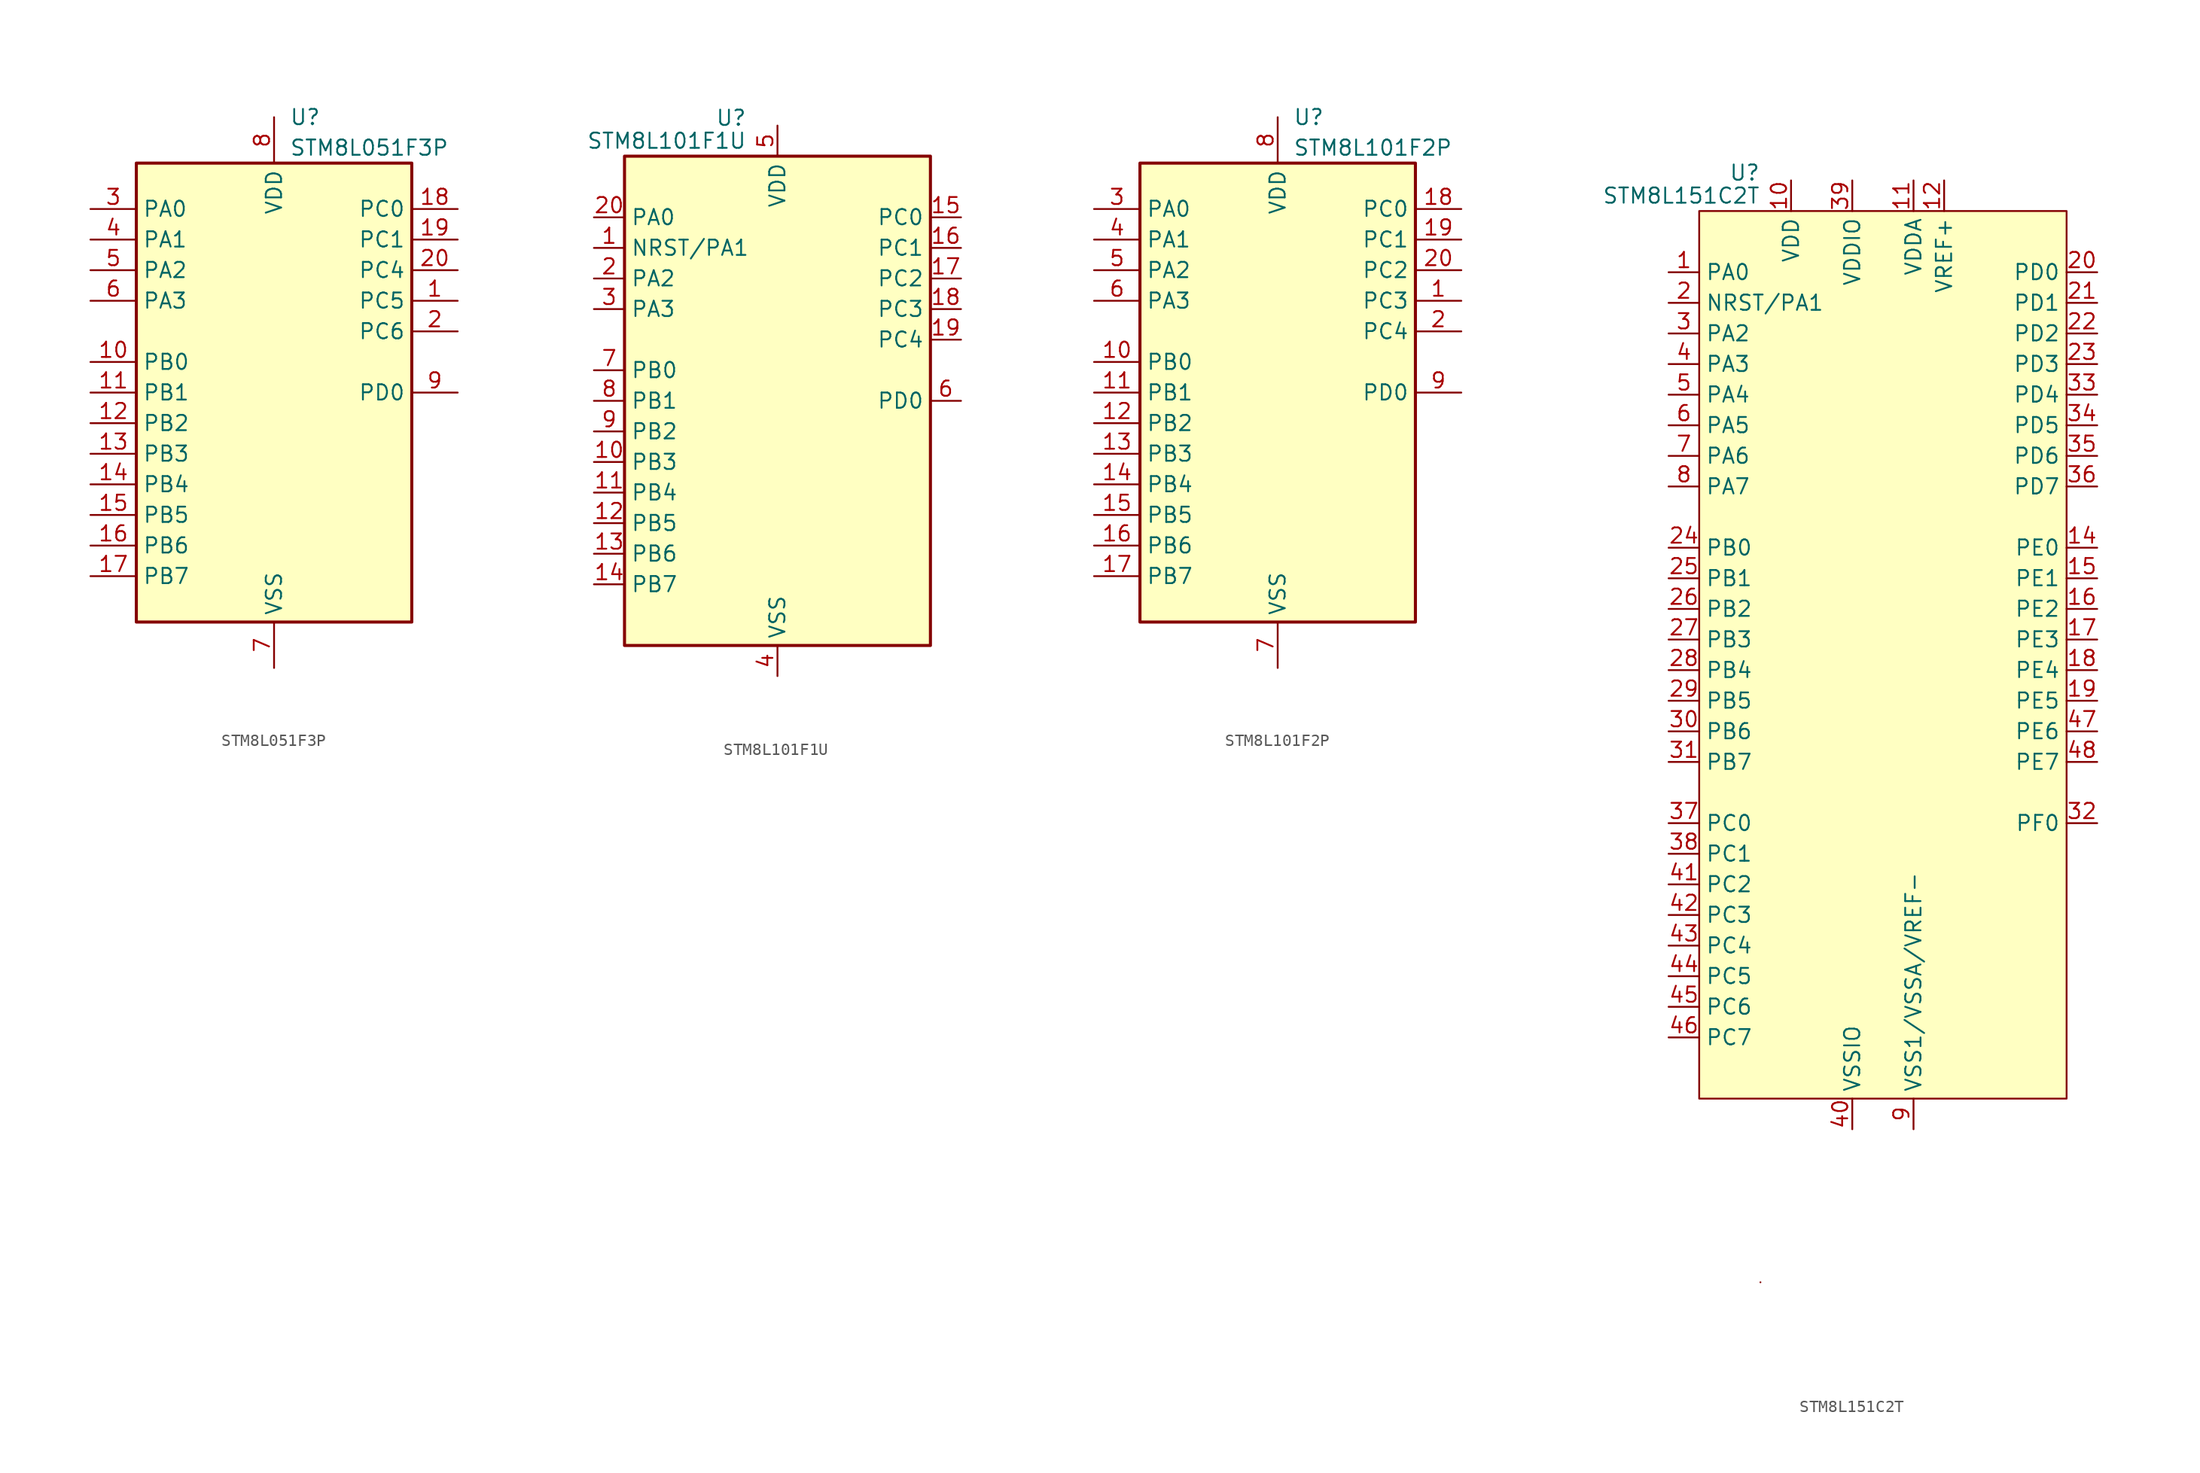
<source format=kicad_sym>
(kicad_symbol_lib
  (version 20201005)
  (generator kicad_symbol_editor)
  (symbol "MCU_ST_STM8:STM8L051F3P"
    (property "Reference" "U"
      (at 1.27 22.86 0)
      (effects (font (size 1.27 1.27)) (justify left)))
    (property "Value" "STM8L051F3P"
      (at 1.27 20.32 0)
      (effects (font (size 1.27 1.27)) (justify left)))
    (symbol "STM8L051F3P_0_1"
      (rectangle (start -11.43 19.05) (end 11.43 -19.05) (stroke (width 0.254)) (fill (type background))))
    (symbol "STM8L051F3P_1_1"
      (pin bidirectional line (at 15.24 7.62 180) (length 3.81) (name "PC5" (effects (font (size 1.27 1.27)))) (number "1" (effects (font (size 1.27 1.27)))))
      (pin bidirectional line (at -15.24 2.54 0) (length 3.81) (name "PB0" (effects (font (size 1.27 1.27)))) (number "10" (effects (font (size 1.27 1.27)))))
      (pin bidirectional line (at -15.24 0 0) (length 3.81) (name "PB1" (effects (font (size 1.27 1.27)))) (number "11" (effects (font (size 1.27 1.27)))))
      (pin bidirectional line (at -15.24 -2.54 0) (length 3.81) (name "PB2" (effects (font (size 1.27 1.27)))) (number "12" (effects (font (size 1.27 1.27)))))
      (pin bidirectional line (at -15.24 -5.08 0) (length 3.81) (name "PB3" (effects (font (size 1.27 1.27)))) (number "13" (effects (font (size 1.27 1.27)))))
      (pin bidirectional line (at -15.24 -7.62 0) (length 3.81) (name "PB4" (effects (font (size 1.27 1.27)))) (number "14" (effects (font (size 1.27 1.27)))))
      (pin bidirectional line (at -15.24 -10.16 0) (length 3.81) (name "PB5" (effects (font (size 1.27 1.27)))) (number "15" (effects (font (size 1.27 1.27)))))
      (pin bidirectional line (at -15.24 -12.7 0) (length 3.81) (name "PB6" (effects (font (size 1.27 1.27)))) (number "16" (effects (font (size 1.27 1.27)))))
      (pin bidirectional line (at -15.24 -15.24 0) (length 3.81) (name "PB7" (effects (font (size 1.27 1.27)))) (number "17" (effects (font (size 1.27 1.27)))))
      (pin bidirectional line (at 15.24 15.24 180) (length 3.81) (name "PC0" (effects (font (size 1.27 1.27)))) (number "18" (effects (font (size 1.27 1.27)))))
      (pin bidirectional line (at 15.24 12.7 180) (length 3.81) (name "PC1" (effects (font (size 1.27 1.27)))) (number "19" (effects (font (size 1.27 1.27)))))
      (pin bidirectional line (at 15.24 5.08 180) (length 3.81) (name "PC6" (effects (font (size 1.27 1.27)))) (number "2" (effects (font (size 1.27 1.27)))))
      (pin bidirectional line (at 15.24 10.16 180) (length 3.81) (name "PC4" (effects (font (size 1.27 1.27)))) (number "20" (effects (font (size 1.27 1.27)))))
      (pin power_in line (at -15.24 15.24 0) (length 3.81) (name "PA0" (effects (font (size 1.27 1.27)))) (number "3" (effects (font (size 1.27 1.27)))))
      (pin bidirectional line (at -15.24 12.7 0) (length 3.81) (name "PA1" (effects (font (size 1.27 1.27)))) (number "4" (effects (font (size 1.27 1.27)))))
      (pin bidirectional line (at -15.24 10.16 0) (length 3.81) (name "PA2" (effects (font (size 1.27 1.27)))) (number "5" (effects (font (size 1.27 1.27)))))
      (pin bidirectional line (at -15.24 7.62 0) (length 3.81) (name "PA3" (effects (font (size 1.27 1.27)))) (number "6" (effects (font (size 1.27 1.27)))))
      (pin power_in line (at 0 -22.86 90) (length 3.81) (name "VSS" (effects (font (size 1.27 1.27)))) (number "7" (effects (font (size 1.27 1.27)))))
      (pin power_in line (at 0 22.86 270) (length 3.81) (name "VDD" (effects (font (size 1.27 1.27)))) (number "8" (effects (font (size 1.27 1.27)))))
      (pin bidirectional line (at 15.24 0 180) (length 3.81) (name "PD0" (effects (font (size 1.27 1.27)))) (number "9" (effects (font (size 1.27 1.27)))))))
  (symbol "MCU_ST_STM8:STM8L101F1U"
    (property "Reference" "U"
      (at -2.54 23.495 0)
      (effects (font (size 1.27 1.27)) (justify right)))
    (property "Value" "STM8L101F1U"
      (at -2.54 21.59 0)
      (effects (font (size 1.27 1.27)) (justify right)))
    (symbol "STM8L101F1U_0_1"
      (rectangle (start -12.7 20.32) (end 12.7 -20.32) (stroke (width 0.254)) (fill (type background))))
    (symbol "STM8L101F1U_1_1"
      (pin bidirectional line (at -15.24 12.7 0) (length 2.54) (name "NRST/PA1" (effects (font (size 1.27 1.27)))) (number "1" (effects (font (size 1.27 1.27)))))
      (pin bidirectional line (at -15.24 -5.08 0) (length 2.54) (name "PB3" (effects (font (size 1.27 1.27)))) (number "10" (effects (font (size 1.27 1.27)))))
      (pin bidirectional line (at -15.24 -7.62 0) (length 2.54) (name "PB4" (effects (font (size 1.27 1.27)))) (number "11" (effects (font (size 1.27 1.27)))))
      (pin bidirectional line (at -15.24 -10.16 0) (length 2.54) (name "PB5" (effects (font (size 1.27 1.27)))) (number "12" (effects (font (size 1.27 1.27)))))
      (pin bidirectional line (at -15.24 -12.7 0) (length 2.54) (name "PB6" (effects (font (size 1.27 1.27)))) (number "13" (effects (font (size 1.27 1.27)))))
      (pin bidirectional line (at -15.24 -15.24 0) (length 2.54) (name "PB7" (effects (font (size 1.27 1.27)))) (number "14" (effects (font (size 1.27 1.27)))))
      (pin bidirectional line (at 15.24 15.24 180) (length 2.54) (name "PC0" (effects (font (size 1.27 1.27)))) (number "15" (effects (font (size 1.27 1.27)))))
      (pin bidirectional line (at 15.24 12.7 180) (length 2.54) (name "PC1" (effects (font (size 1.27 1.27)))) (number "16" (effects (font (size 1.27 1.27)))))
      (pin bidirectional line (at 15.24 10.16 180) (length 2.54) (name "PC2" (effects (font (size 1.27 1.27)))) (number "17" (effects (font (size 1.27 1.27)))))
      (pin bidirectional line (at 15.24 7.62 180) (length 2.54) (name "PC3" (effects (font (size 1.27 1.27)))) (number "18" (effects (font (size 1.27 1.27)))))
      (pin bidirectional line (at 15.24 5.08 180) (length 2.54) (name "PC4" (effects (font (size 1.27 1.27)))) (number "19" (effects (font (size 1.27 1.27)))))
      (pin bidirectional line (at -15.24 10.16 0) (length 2.54) (name "PA2" (effects (font (size 1.27 1.27)))) (number "2" (effects (font (size 1.27 1.27)))))
      (pin bidirectional line (at -15.24 15.24 0) (length 2.54) (name "PA0" (effects (font (size 1.27 1.27)))) (number "20" (effects (font (size 1.27 1.27)))))
      (pin bidirectional line (at -15.24 7.62 0) (length 2.54) (name "PA3" (effects (font (size 1.27 1.27)))) (number "3" (effects (font (size 1.27 1.27)))))
      (pin power_in line (at 0 -22.86 90) (length 2.54) (name "VSS" (effects (font (size 1.27 1.27)))) (number "4" (effects (font (size 1.27 1.27)))))
      (pin power_in line (at 0 22.86 270) (length 2.54) (name "VDD" (effects (font (size 1.27 1.27)))) (number "5" (effects (font (size 1.27 1.27)))))
      (pin bidirectional line (at 15.24 0 180) (length 2.54) (name "PD0" (effects (font (size 1.27 1.27)))) (number "6" (effects (font (size 1.27 1.27)))))
      (pin bidirectional line (at -15.24 2.54 0) (length 2.54) (name "PB0" (effects (font (size 1.27 1.27)))) (number "7" (effects (font (size 1.27 1.27)))))
      (pin bidirectional line (at -15.24 0 0) (length 2.54) (name "PB1" (effects (font (size 1.27 1.27)))) (number "8" (effects (font (size 1.27 1.27)))))
      (pin bidirectional line (at -15.24 -2.54 0) (length 2.54) (name "PB2" (effects (font (size 1.27 1.27)))) (number "9" (effects (font (size 1.27 1.27)))))))
  (symbol "MCU_ST_STM8:STM8L101F2P"
    (property "Reference" "U"
      (at 1.27 22.86 0)
      (effects (font (size 1.27 1.27)) (justify left)))
    (property "Value" "STM8L101F2P"
      (at 1.27 20.32 0)
      (effects (font (size 1.27 1.27)) (justify left)))
    (symbol "STM8L101F2P_0_1"
      (rectangle (start -11.43 19.05) (end 11.43 -19.05) (stroke (width 0.254)) (fill (type background))))
    (symbol "STM8L101F2P_1_1"
      (pin bidirectional line (at 15.24 7.62 180) (length 3.81) (name "PC3" (effects (font (size 1.27 1.27)))) (number "1" (effects (font (size 1.27 1.27)))))
      (pin bidirectional line (at -15.24 2.54 0) (length 3.81) (name "PB0" (effects (font (size 1.27 1.27)))) (number "10" (effects (font (size 1.27 1.27)))))
      (pin bidirectional line (at -15.24 0 0) (length 3.81) (name "PB1" (effects (font (size 1.27 1.27)))) (number "11" (effects (font (size 1.27 1.27)))))
      (pin bidirectional line (at -15.24 -2.54 0) (length 3.81) (name "PB2" (effects (font (size 1.27 1.27)))) (number "12" (effects (font (size 1.27 1.27)))))
      (pin bidirectional line (at -15.24 -5.08 0) (length 3.81) (name "PB3" (effects (font (size 1.27 1.27)))) (number "13" (effects (font (size 1.27 1.27)))))
      (pin bidirectional line (at -15.24 -7.62 0) (length 3.81) (name "PB4" (effects (font (size 1.27 1.27)))) (number "14" (effects (font (size 1.27 1.27)))))
      (pin bidirectional line (at -15.24 -10.16 0) (length 3.81) (name "PB5" (effects (font (size 1.27 1.27)))) (number "15" (effects (font (size 1.27 1.27)))))
      (pin bidirectional line (at -15.24 -12.7 0) (length 3.81) (name "PB6" (effects (font (size 1.27 1.27)))) (number "16" (effects (font (size 1.27 1.27)))))
      (pin bidirectional line (at -15.24 -15.24 0) (length 3.81) (name "PB7" (effects (font (size 1.27 1.27)))) (number "17" (effects (font (size 1.27 1.27)))))
      (pin bidirectional line (at 15.24 15.24 180) (length 3.81) (name "PC0" (effects (font (size 1.27 1.27)))) (number "18" (effects (font (size 1.27 1.27)))))
      (pin bidirectional line (at 15.24 12.7 180) (length 3.81) (name "PC1" (effects (font (size 1.27 1.27)))) (number "19" (effects (font (size 1.27 1.27)))))
      (pin bidirectional line (at 15.24 5.08 180) (length 3.81) (name "PC4" (effects (font (size 1.27 1.27)))) (number "2" (effects (font (size 1.27 1.27)))))
      (pin bidirectional line (at 15.24 10.16 180) (length 3.81) (name "PC2" (effects (font (size 1.27 1.27)))) (number "20" (effects (font (size 1.27 1.27)))))
      (pin power_in line (at -15.24 15.24 0) (length 3.81) (name "PA0" (effects (font (size 1.27 1.27)))) (number "3" (effects (font (size 1.27 1.27)))))
      (pin bidirectional line (at -15.24 12.7 0) (length 3.81) (name "PA1" (effects (font (size 1.27 1.27)))) (number "4" (effects (font (size 1.27 1.27)))))
      (pin bidirectional line (at -15.24 10.16 0) (length 3.81) (name "PA2" (effects (font (size 1.27 1.27)))) (number "5" (effects (font (size 1.27 1.27)))))
      (pin bidirectional line (at -15.24 7.62 0) (length 3.81) (name "PA3" (effects (font (size 1.27 1.27)))) (number "6" (effects (font (size 1.27 1.27)))))
      (pin power_in line (at 0 -22.86 90) (length 3.81) (name "VSS" (effects (font (size 1.27 1.27)))) (number "7" (effects (font (size 1.27 1.27)))))
      (pin power_in line (at 0 22.86 270) (length 3.81) (name "VDD" (effects (font (size 1.27 1.27)))) (number "8" (effects (font (size 1.27 1.27)))))
      (pin bidirectional line (at 15.24 0 180) (length 3.81) (name "PD0" (effects (font (size 1.27 1.27)))) (number "9" (effects (font (size 1.27 1.27)))))))
  (symbol "MCU_ST_STM8:STM8L151C2T"
    (property "Reference" "U"
      (at -10.16 38.735 0)
      (effects (font (size 1.27 1.27)) (justify right)))
    (property "Value" "STM8L151C2T"
      (at -10.16 36.83 0)
      (effects (font (size 1.27 1.27)) (justify right)))
    (symbol "STM8L151C2T_0_0"
      (pin bidirectional line (at -17.78 30.48 0) (length 2.54) (name "PA0" (effects (font (size 1.27 1.27)))) (number "1" (effects (font (size 1.27 1.27)))))
      (pin power_in line (at -7.62 38.1 270) (length 2.54) (name "VDD" (effects (font (size 1.27 1.27)))) (number "10" (effects (font (size 1.27 1.27)))))
      (pin power_in line (at 2.54 38.1 270) (length 2.54) (name "VDDA" (effects (font (size 1.27 1.27)))) (number "11" (effects (font (size 1.27 1.27)))))
      (pin power_in line (at 5.08 38.1 270) (length 2.54) (name "VREF+" (effects (font (size 1.27 1.27)))) (number "12" (effects (font (size 1.27 1.27)))))
      (pin no_connect line (at 15.24 -20.32 180) (length 2.54) hide (name "NC" (effects (font (size 1.27 1.27)))) (number "13" (effects (font (size 1.27 1.27)))))
      (pin bidirectional line (at 17.78 7.62 180) (length 2.54) (name "PE0" (effects (font (size 1.27 1.27)))) (number "14" (effects (font (size 1.27 1.27)))))
      (pin bidirectional line (at 17.78 5.08 180) (length 2.54) (name "PE1" (effects (font (size 1.27 1.27)))) (number "15" (effects (font (size 1.27 1.27)))))
      (pin bidirectional line (at 17.78 2.54 180) (length 2.54) (name "PE2" (effects (font (size 1.27 1.27)))) (number "16" (effects (font (size 1.27 1.27)))))
      (pin bidirectional line (at 17.78 0 180) (length 2.54) (name "PE3" (effects (font (size 1.27 1.27)))) (number "17" (effects (font (size 1.27 1.27)))))
      (pin bidirectional line (at 17.78 -2.54 180) (length 2.54) (name "PE4" (effects (font (size 1.27 1.27)))) (number "18" (effects (font (size 1.27 1.27)))))
      (pin bidirectional line (at 17.78 -5.08 180) (length 2.54) (name "PE5" (effects (font (size 1.27 1.27)))) (number "19" (effects (font (size 1.27 1.27)))))
      (pin bidirectional line (at -17.78 27.94 0) (length 2.54) (name "NRST/PA1" (effects (font (size 1.27 1.27)))) (number "2" (effects (font (size 1.27 1.27)))))
      (pin bidirectional line (at 17.78 30.48 180) (length 2.54) (name "PD0" (effects (font (size 1.27 1.27)))) (number "20" (effects (font (size 1.27 1.27)))))
      (pin bidirectional line (at 17.78 27.94 180) (length 2.54) (name "PD1" (effects (font (size 1.27 1.27)))) (number "21" (effects (font (size 1.27 1.27)))))
      (pin bidirectional line (at 17.78 25.4 180) (length 2.54) (name "PD2" (effects (font (size 1.27 1.27)))) (number "22" (effects (font (size 1.27 1.27)))))
      (pin bidirectional line (at 17.78 22.86 180) (length 2.54) (name "PD3" (effects (font (size 1.27 1.27)))) (number "23" (effects (font (size 1.27 1.27)))))
      (pin bidirectional line (at -17.78 7.62 0) (length 2.54) (name "PB0" (effects (font (size 1.27 1.27)))) (number "24" (effects (font (size 1.27 1.27)))))
      (pin bidirectional line (at -17.78 5.08 0) (length 2.54) (name "PB1" (effects (font (size 1.27 1.27)))) (number "25" (effects (font (size 1.27 1.27)))))
      (pin bidirectional line (at -17.78 2.54 0) (length 2.54) (name "PB2" (effects (font (size 1.27 1.27)))) (number "26" (effects (font (size 1.27 1.27)))))
      (pin bidirectional line (at -17.78 0 0) (length 2.54) (name "PB3" (effects (font (size 1.27 1.27)))) (number "27" (effects (font (size 1.27 1.27)))))
      (pin bidirectional line (at -17.78 -2.54 0) (length 2.54) (name "PB4" (effects (font (size 1.27 1.27)))) (number "28" (effects (font (size 1.27 1.27)))))
      (pin bidirectional line (at -17.78 -5.08 0) (length 2.54) (name "PB5" (effects (font (size 1.27 1.27)))) (number "29" (effects (font (size 1.27 1.27)))))
      (pin bidirectional line (at -17.78 25.4 0) (length 2.54) (name "PA2" (effects (font (size 1.27 1.27)))) (number "3" (effects (font (size 1.27 1.27)))))
      (pin bidirectional line (at -17.78 -7.62 0) (length 2.54) (name "PB6" (effects (font (size 1.27 1.27)))) (number "30" (effects (font (size 1.27 1.27)))))
      (pin bidirectional line (at -17.78 -10.16 0) (length 2.54) (name "PB7" (effects (font (size 1.27 1.27)))) (number "31" (effects (font (size 1.27 1.27)))))
      (pin bidirectional line (at 17.78 -15.24 180) (length 2.54) (name "PF0" (effects (font (size 1.27 1.27)))) (number "32" (effects (font (size 1.27 1.27)))))
      (pin bidirectional line (at 17.78 20.32 180) (length 2.54) (name "PD4" (effects (font (size 1.27 1.27)))) (number "33" (effects (font (size 1.27 1.27)))))
      (pin bidirectional line (at 17.78 17.78 180) (length 2.54) (name "PD5" (effects (font (size 1.27 1.27)))) (number "34" (effects (font (size 1.27 1.27)))))
      (pin bidirectional line (at 17.78 15.24 180) (length 2.54) (name "PD6" (effects (font (size 1.27 1.27)))) (number "35" (effects (font (size 1.27 1.27)))))
      (pin bidirectional line (at 17.78 12.7 180) (length 2.54) (name "PD7" (effects (font (size 1.27 1.27)))) (number "36" (effects (font (size 1.27 1.27)))))
      (pin bidirectional line (at -17.78 -15.24 0) (length 2.54) (name "PC0" (effects (font (size 1.27 1.27)))) (number "37" (effects (font (size 1.27 1.27)))))
      (pin bidirectional line (at -17.78 -17.78 0) (length 2.54) (name "PC1" (effects (font (size 1.27 1.27)))) (number "38" (effects (font (size 1.27 1.27)))))
      (pin power_in line (at -2.54 38.1 270) (length 2.54) (name "VDDIO" (effects (font (size 1.27 1.27)))) (number "39" (effects (font (size 1.27 1.27)))))
      (pin bidirectional line (at -17.78 22.86 0) (length 2.54) (name "PA3" (effects (font (size 1.27 1.27)))) (number "4" (effects (font (size 1.27 1.27)))))
      (pin power_in line (at -2.54 -40.64 90) (length 2.54) (name "VSSIO" (effects (font (size 1.27 1.27)))) (number "40" (effects (font (size 1.27 1.27)))))
      (pin bidirectional line (at -17.78 -20.32 0) (length 2.54) (name "PC2" (effects (font (size 1.27 1.27)))) (number "41" (effects (font (size 1.27 1.27)))))
      (pin bidirectional line (at -17.78 -22.86 0) (length 2.54) (name "PC3" (effects (font (size 1.27 1.27)))) (number "42" (effects (font (size 1.27 1.27)))))
      (pin bidirectional line (at -17.78 -25.4 0) (length 2.54) (name "PC4" (effects (font (size 1.27 1.27)))) (number "43" (effects (font (size 1.27 1.27)))))
      (pin bidirectional line (at -17.78 -27.94 0) (length 2.54) (name "PC5" (effects (font (size 1.27 1.27)))) (number "44" (effects (font (size 1.27 1.27)))))
      (pin bidirectional line (at -17.78 -30.48 0) (length 2.54) (name "PC6" (effects (font (size 1.27 1.27)))) (number "45" (effects (font (size 1.27 1.27)))))
      (pin bidirectional line (at -17.78 -33.02 0) (length 2.54) (name "PC7" (effects (font (size 1.27 1.27)))) (number "46" (effects (font (size 1.27 1.27)))))
      (pin bidirectional line (at 17.78 -7.62 180) (length 2.54) (name "PE6" (effects (font (size 1.27 1.27)))) (number "47" (effects (font (size 1.27 1.27)))))
      (pin bidirectional line (at 17.78 -10.16 180) (length 2.54) (name "PE7" (effects (font (size 1.27 1.27)))) (number "48" (effects (font (size 1.27 1.27)))))
      (pin bidirectional line (at -17.78 20.32 0) (length 2.54) (name "PA4" (effects (font (size 1.27 1.27)))) (number "5" (effects (font (size 1.27 1.27)))))
      (pin bidirectional line (at -17.78 17.78 0) (length 2.54) (name "PA5" (effects (font (size 1.27 1.27)))) (number "6" (effects (font (size 1.27 1.27)))))
      (pin bidirectional line (at -17.78 15.24 0) (length 2.54) (name "PA6" (effects (font (size 1.27 1.27)))) (number "7" (effects (font (size 1.27 1.27)))))
      (pin bidirectional line (at -17.78 12.7 0) (length 2.54) (name "PA7" (effects (font (size 1.27 1.27)))) (number "8" (effects (font (size 1.27 1.27)))))
      (pin power_in line (at 2.54 -40.64 90) (length 2.54) (name "VSS1/VSSA/VREF-" (effects (font (size 1.27 1.27)))) (number "9" (effects (font (size 1.27 1.27))))))
    (symbol "STM8L151C2T_0_1"
      (rectangle (start -10.16 -53.34) (end -10.16 -53.34) (stroke (width 0.152)) (fill (type none)))
      (rectangle (start -15.24 35.56) (end 15.24 -38.1) (stroke (width 0)) (fill (type background))))))
</source>
